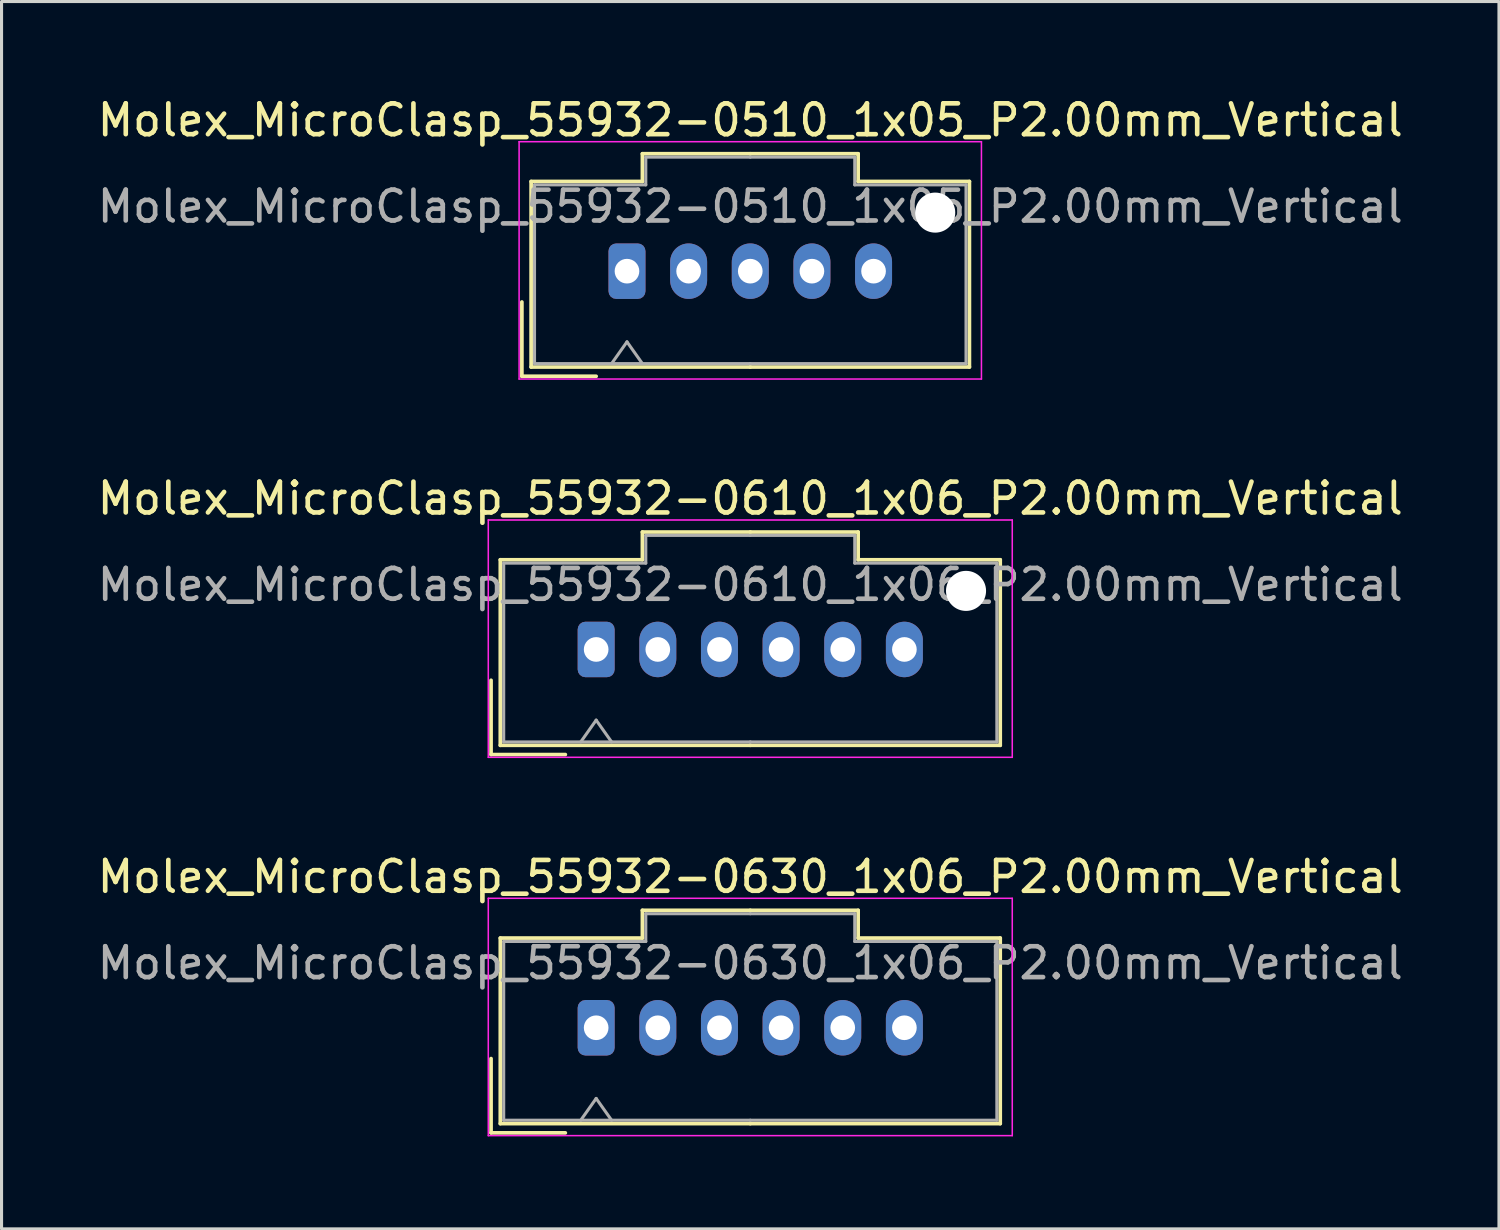
<source format=kicad_pcb>
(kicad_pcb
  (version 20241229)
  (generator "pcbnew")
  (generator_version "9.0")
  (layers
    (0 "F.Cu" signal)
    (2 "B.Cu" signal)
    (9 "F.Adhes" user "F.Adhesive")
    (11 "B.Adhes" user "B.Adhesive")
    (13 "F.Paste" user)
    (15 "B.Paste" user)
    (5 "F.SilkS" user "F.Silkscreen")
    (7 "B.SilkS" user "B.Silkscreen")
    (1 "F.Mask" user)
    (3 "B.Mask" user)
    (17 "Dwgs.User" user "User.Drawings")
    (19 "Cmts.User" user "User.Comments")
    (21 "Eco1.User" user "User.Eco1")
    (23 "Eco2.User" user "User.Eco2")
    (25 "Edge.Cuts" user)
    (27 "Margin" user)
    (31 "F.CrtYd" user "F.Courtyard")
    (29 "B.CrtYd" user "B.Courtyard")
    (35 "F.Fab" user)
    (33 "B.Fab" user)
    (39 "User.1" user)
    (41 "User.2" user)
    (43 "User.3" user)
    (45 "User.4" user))
  (footprint "Molex_MicroClasp_55932-0510_1x05_P2.00mm_Vertical"
    (layer "F.Cu")
    (at 17.292 5.748)
    (property "Reference" "Molex_MicroClasp_55932-0510_1x05_P2.00mm_Vertical" (at 4 -4.9 0) (layer "F.SilkS") (effects (font (size 1 1) (thickness 0.15))))
    (attr through_hole)
    (fp_line (start -3.41 1) (end -3.41 3.41) (stroke (width 0.12) (type solid)) (layer "F.SilkS"))
    (fp_line (start -3.41 3.41) (end -1 3.41) (stroke (width 0.12) (type solid)) (layer "F.SilkS"))
    (fp_line (start -3.11 -2.91) (end -3.11 3.11) (stroke (width 0.12) (type solid)) (layer "F.SilkS"))
    (fp_line (start -3.11 3.11) (end 4 3.11) (stroke (width 0.12) (type solid)) (layer "F.SilkS"))
    (fp_line (start 0.5 -3.81) (end 0.5 -2.91) (stroke (width 0.12) (type solid)) (layer "F.SilkS"))
    (fp_line (start 0.5 -2.91) (end -3.11 -2.91) (stroke (width 0.12) (type solid)) (layer "F.SilkS"))
    (fp_line (start 4 -3.81) (end 0.5 -3.81) (stroke (width 0.12) (type solid)) (layer "F.SilkS"))
    (fp_line (start 4 -3.81) (end 7.5 -3.81) (stroke (width 0.12) (type solid)) (layer "F.SilkS"))
    (fp_line (start 7.5 -3.81) (end 7.5 -2.91) (stroke (width 0.12) (type solid)) (layer "F.SilkS"))
    (fp_line (start 7.5 -2.91) (end 11.11 -2.91) (stroke (width 0.12) (type solid)) (layer "F.SilkS"))
    (fp_line (start 11.11 -2.91) (end 11.11 3.11) (stroke (width 0.12) (type solid)) (layer "F.SilkS"))
    (fp_line (start 11.11 3.11) (end 4 3.11) (stroke (width 0.12) (type solid)) (layer "F.SilkS"))
    (fp_line (start -3.5 -4.2) (end -3.5 3.5) (stroke (width 0.05) (type solid)) (layer "F.CrtYd"))
    (fp_line (start -3.5 3.5) (end 11.5 3.5) (stroke (width 0.05) (type solid)) (layer "F.CrtYd"))
    (fp_line (start 11.5 -4.2) (end -3.5 -4.2) (stroke (width 0.05) (type solid)) (layer "F.CrtYd"))
    (fp_line (start 11.5 3.5) (end 11.5 -4.2) (stroke (width 0.05) (type solid)) (layer "F.CrtYd"))
    (fp_line (start -3 -2.8) (end -3 3) (stroke (width 0.1) (type solid)) (layer "F.Fab"))
    (fp_line (start -3 3) (end 4 3) (stroke (width 0.1) (type solid)) (layer "F.Fab"))
    (fp_line (start -0.5 3) (end 0 2.293) (stroke (width 0.1) (type solid)) (layer "F.Fab"))
    (fp_line (start 0 2.293) (end 0.5 3) (stroke (width 0.1) (type solid)) (layer "F.Fab"))
    (fp_line (start 0.61 -3.7) (end 0.61 -2.8) (stroke (width 0.1) (type solid)) (layer "F.Fab"))
    (fp_line (start 0.61 -2.8) (end -3 -2.8) (stroke (width 0.1) (type solid)) (layer "F.Fab"))
    (fp_line (start 4 -3.7) (end 0.61 -3.7) (stroke (width 0.1) (type solid)) (layer "F.Fab"))
    (fp_line (start 4 -3.7) (end 7.39 -3.7) (stroke (width 0.1) (type solid)) (layer "F.Fab"))
    (fp_line (start 7.39 -3.7) (end 7.39 -2.8) (stroke (width 0.1) (type solid)) (layer "F.Fab"))
    (fp_line (start 7.39 -2.8) (end 11 -2.8) (stroke (width 0.1) (type solid)) (layer "F.Fab"))
    (fp_line (start 11 -2.8) (end 11 3) (stroke (width 0.1) (type solid)) (layer "F.Fab"))
    (fp_line (start 11 3) (end 4 3) (stroke (width 0.1) (type solid)) (layer "F.Fab"))
    (fp_text user "${REFERENCE}" (at 4 -2.1 0) (layer "F.Fab") (effects (font (size 1 1) (thickness 0.15))))
    (pad "" np_thru_hole circle (at 10 -1.9) (size 1.3 1.3) (drill 1.3) (layers "*.Cu" "*.Mask"))
    (pad "1" thru_hole roundrect (at 0 0) (size 1.2 1.8) (drill 0.8) (layers "*.Cu" "*.Mask") (roundrect_rratio 0.208))
    (pad "2" thru_hole oval (at 2 0) (size 1.2 1.8) (drill 0.8) (layers "*.Cu" "*.Mask"))
    (pad "3" thru_hole oval (at 4 0) (size 1.2 1.8) (drill 0.8) (layers "*.Cu" "*.Mask"))
    (pad "4" thru_hole oval (at 6 0) (size 1.2 1.8) (drill 0.8) (layers "*.Cu" "*.Mask"))
    (pad "5" thru_hole oval (at 8 0) (size 1.2 1.8) (drill 0.8) (layers "*.Cu" "*.Mask")))
  (footprint "Molex_MicroClasp_55932-0630_1x06_P2.00mm_Vertical"
    (layer "F.Cu")
    (at 16.292 30.295)
    (property "Reference" "Molex_MicroClasp_55932-0630_1x06_P2.00mm_Vertical" (at 5 -4.9 0) (layer "F.SilkS") (effects (font (size 1 1) (thickness 0.15))))
    (attr through_hole)
    (fp_line (start -3.41 1) (end -3.41 3.41) (stroke (width 0.12) (type solid)) (layer "F.SilkS"))
    (fp_line (start -3.41 3.41) (end -1 3.41) (stroke (width 0.12) (type solid)) (layer "F.SilkS"))
    (fp_line (start -3.11 -2.91) (end -3.11 3.11) (stroke (width 0.12) (type solid)) (layer "F.SilkS"))
    (fp_line (start -3.11 3.11) (end 5 3.11) (stroke (width 0.12) (type solid)) (layer "F.SilkS"))
    (fp_line (start 1.5 -3.81) (end 1.5 -2.91) (stroke (width 0.12) (type solid)) (layer "F.SilkS"))
    (fp_line (start 1.5 -2.91) (end -3.11 -2.91) (stroke (width 0.12) (type solid)) (layer "F.SilkS"))
    (fp_line (start 5 -3.81) (end 1.5 -3.81) (stroke (width 0.12) (type solid)) (layer "F.SilkS"))
    (fp_line (start 5 -3.81) (end 8.5 -3.81) (stroke (width 0.12) (type solid)) (layer "F.SilkS"))
    (fp_line (start 8.5 -3.81) (end 8.5 -2.91) (stroke (width 0.12) (type solid)) (layer "F.SilkS"))
    (fp_line (start 8.5 -2.91) (end 13.11 -2.91) (stroke (width 0.12) (type solid)) (layer "F.SilkS"))
    (fp_line (start 13.11 -2.91) (end 13.11 3.11) (stroke (width 0.12) (type solid)) (layer "F.SilkS"))
    (fp_line (start 13.11 3.11) (end 5 3.11) (stroke (width 0.12) (type solid)) (layer "F.SilkS"))
    (fp_line (start -3.5 -4.2) (end -3.5 3.5) (stroke (width 0.05) (type solid)) (layer "F.CrtYd"))
    (fp_line (start -3.5 3.5) (end 13.5 3.5) (stroke (width 0.05) (type solid)) (layer "F.CrtYd"))
    (fp_line (start 13.5 -4.2) (end -3.5 -4.2) (stroke (width 0.05) (type solid)) (layer "F.CrtYd"))
    (fp_line (start 13.5 3.5) (end 13.5 -4.2) (stroke (width 0.05) (type solid)) (layer "F.CrtYd"))
    (fp_line (start -3 -2.8) (end -3 3) (stroke (width 0.1) (type solid)) (layer "F.Fab"))
    (fp_line (start -3 3) (end 5 3) (stroke (width 0.1) (type solid)) (layer "F.Fab"))
    (fp_line (start -0.5 3) (end 0 2.293) (stroke (width 0.1) (type solid)) (layer "F.Fab"))
    (fp_line (start 0 2.293) (end 0.5 3) (stroke (width 0.1) (type solid)) (layer "F.Fab"))
    (fp_line (start 1.61 -3.7) (end 1.61 -2.8) (stroke (width 0.1) (type solid)) (layer "F.Fab"))
    (fp_line (start 1.61 -2.8) (end -3 -2.8) (stroke (width 0.1) (type solid)) (layer "F.Fab"))
    (fp_line (start 5 -3.7) (end 1.61 -3.7) (stroke (width 0.1) (type solid)) (layer "F.Fab"))
    (fp_line (start 5 -3.7) (end 8.39 -3.7) (stroke (width 0.1) (type solid)) (layer "F.Fab"))
    (fp_line (start 8.39 -3.7) (end 8.39 -2.8) (stroke (width 0.1) (type solid)) (layer "F.Fab"))
    (fp_line (start 8.39 -2.8) (end 13 -2.8) (stroke (width 0.1) (type solid)) (layer "F.Fab"))
    (fp_line (start 13 -2.8) (end 13 3) (stroke (width 0.1) (type solid)) (layer "F.Fab"))
    (fp_line (start 13 3) (end 5 3) (stroke (width 0.1) (type solid)) (layer "F.Fab"))
    (fp_text user "${REFERENCE}" (at 5 -2.1 0) (layer "F.Fab") (effects (font (size 1 1) (thickness 0.15))))
    (pad "1" thru_hole roundrect (at 0 0) (size 1.2 1.8) (drill 0.8) (layers "*.Cu" "*.Mask") (roundrect_rratio 0.208))
    (pad "2" thru_hole oval (at 2 0) (size 1.2 1.8) (drill 0.8) (layers "*.Cu" "*.Mask"))
    (pad "3" thru_hole oval (at 4 0) (size 1.2 1.8) (drill 0.8) (layers "*.Cu" "*.Mask"))
    (pad "4" thru_hole oval (at 6 0) (size 1.2 1.8) (drill 0.8) (layers "*.Cu" "*.Mask"))
    (pad "5" thru_hole oval (at 8 0) (size 1.2 1.8) (drill 0.8) (layers "*.Cu" "*.Mask"))
    (pad "6" thru_hole oval (at 10 0) (size 1.2 1.8) (drill 0.8) (layers "*.Cu" "*.Mask")))
  (footprint "Molex_MicroClasp_55932-0610_1x06_P2.00mm_Vertical"
    (layer "F.Cu")
    (at 16.292 18.021)
    (property "Reference" "Molex_MicroClasp_55932-0610_1x06_P2.00mm_Vertical" (at 5 -4.9 0) (layer "F.SilkS") (effects (font (size 1 1) (thickness 0.15))))
    (attr through_hole)
    (fp_line (start -3.41 1) (end -3.41 3.41) (stroke (width 0.12) (type solid)) (layer "F.SilkS"))
    (fp_line (start -3.41 3.41) (end -1 3.41) (stroke (width 0.12) (type solid)) (layer "F.SilkS"))
    (fp_line (start -3.11 -2.91) (end -3.11 3.11) (stroke (width 0.12) (type solid)) (layer "F.SilkS"))
    (fp_line (start -3.11 3.11) (end 5 3.11) (stroke (width 0.12) (type solid)) (layer "F.SilkS"))
    (fp_line (start 1.5 -3.81) (end 1.5 -2.91) (stroke (width 0.12) (type solid)) (layer "F.SilkS"))
    (fp_line (start 1.5 -2.91) (end -3.11 -2.91) (stroke (width 0.12) (type solid)) (layer "F.SilkS"))
    (fp_line (start 5 -3.81) (end 1.5 -3.81) (stroke (width 0.12) (type solid)) (layer "F.SilkS"))
    (fp_line (start 5 -3.81) (end 8.5 -3.81) (stroke (width 0.12) (type solid)) (layer "F.SilkS"))
    (fp_line (start 8.5 -3.81) (end 8.5 -2.91) (stroke (width 0.12) (type solid)) (layer "F.SilkS"))
    (fp_line (start 8.5 -2.91) (end 13.11 -2.91) (stroke (width 0.12) (type solid)) (layer "F.SilkS"))
    (fp_line (start 13.11 -2.91) (end 13.11 3.11) (stroke (width 0.12) (type solid)) (layer "F.SilkS"))
    (fp_line (start 13.11 3.11) (end 5 3.11) (stroke (width 0.12) (type solid)) (layer "F.SilkS"))
    (fp_line (start -3.5 -4.2) (end -3.5 3.5) (stroke (width 0.05) (type solid)) (layer "F.CrtYd"))
    (fp_line (start -3.5 3.5) (end 13.5 3.5) (stroke (width 0.05) (type solid)) (layer "F.CrtYd"))
    (fp_line (start 13.5 -4.2) (end -3.5 -4.2) (stroke (width 0.05) (type solid)) (layer "F.CrtYd"))
    (fp_line (start 13.5 3.5) (end 13.5 -4.2) (stroke (width 0.05) (type solid)) (layer "F.CrtYd"))
    (fp_line (start -3 -2.8) (end -3 3) (stroke (width 0.1) (type solid)) (layer "F.Fab"))
    (fp_line (start -3 3) (end 5 3) (stroke (width 0.1) (type solid)) (layer "F.Fab"))
    (fp_line (start -0.5 3) (end 0 2.293) (stroke (width 0.1) (type solid)) (layer "F.Fab"))
    (fp_line (start 0 2.293) (end 0.5 3) (stroke (width 0.1) (type solid)) (layer "F.Fab"))
    (fp_line (start 1.61 -3.7) (end 1.61 -2.8) (stroke (width 0.1) (type solid)) (layer "F.Fab"))
    (fp_line (start 1.61 -2.8) (end -3 -2.8) (stroke (width 0.1) (type solid)) (layer "F.Fab"))
    (fp_line (start 5 -3.7) (end 1.61 -3.7) (stroke (width 0.1) (type solid)) (layer "F.Fab"))
    (fp_line (start 5 -3.7) (end 8.39 -3.7) (stroke (width 0.1) (type solid)) (layer "F.Fab"))
    (fp_line (start 8.39 -3.7) (end 8.39 -2.8) (stroke (width 0.1) (type solid)) (layer "F.Fab"))
    (fp_line (start 8.39 -2.8) (end 13 -2.8) (stroke (width 0.1) (type solid)) (layer "F.Fab"))
    (fp_line (start 13 -2.8) (end 13 3) (stroke (width 0.1) (type solid)) (layer "F.Fab"))
    (fp_line (start 13 3) (end 5 3) (stroke (width 0.1) (type solid)) (layer "F.Fab"))
    (fp_text user "${REFERENCE}" (at 5 -2.1 0) (layer "F.Fab") (effects (font (size 1 1) (thickness 0.15))))
    (pad "" np_thru_hole circle (at 12 -1.9) (size 1.3 1.3) (drill 1.3) (layers "*.Cu" "*.Mask"))
    (pad "1" thru_hole roundrect (at 0 0) (size 1.2 1.8) (drill 0.8) (layers "*.Cu" "*.Mask") (roundrect_rratio 0.208))
    (pad "2" thru_hole oval (at 2 0) (size 1.2 1.8) (drill 0.8) (layers "*.Cu" "*.Mask"))
    (pad "3" thru_hole oval (at 4 0) (size 1.2 1.8) (drill 0.8) (layers "*.Cu" "*.Mask"))
    (pad "4" thru_hole oval (at 6 0) (size 1.2 1.8) (drill 0.8) (layers "*.Cu" "*.Mask"))
    (pad "5" thru_hole oval (at 8 0) (size 1.2 1.8) (drill 0.8) (layers "*.Cu" "*.Mask"))
    (pad "6" thru_hole oval (at 10 0) (size 1.2 1.8) (drill 0.8) (layers "*.Cu" "*.Mask")))
  (gr_rect
    (start -3 -3)
    (end 45.583 36.82)
    (stroke (width 0.1) (type default))
    (fill no)
    (layer "Edge.Cuts")))
</source>
